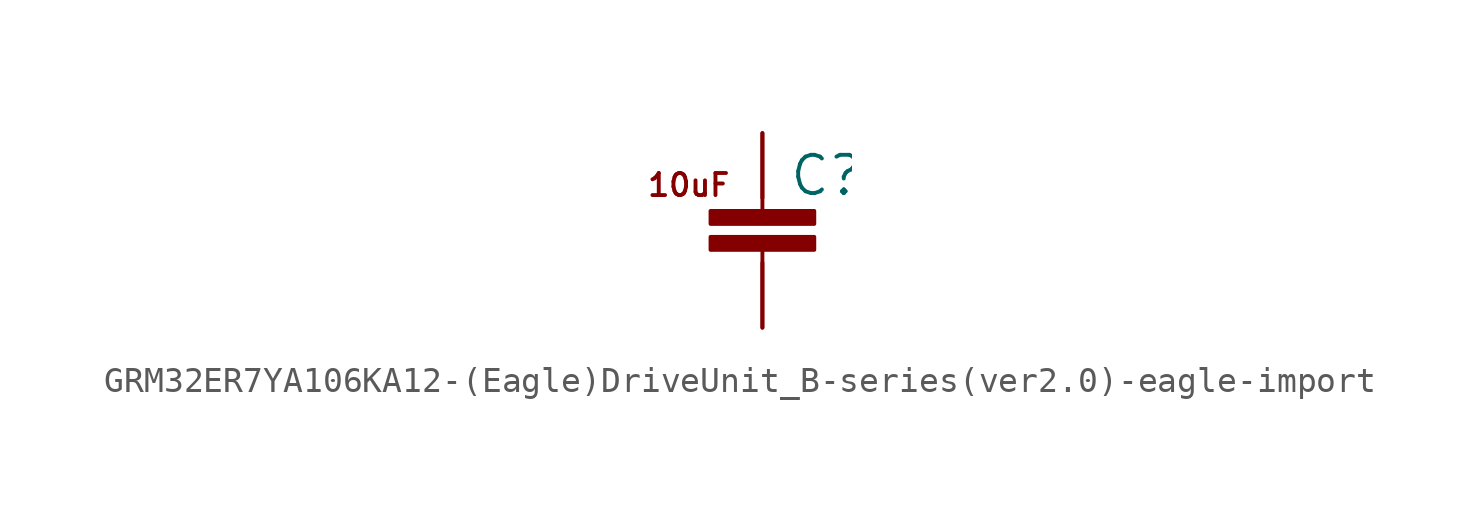
<source format=kicad_sym>
(kicad_symbol_lib
  (version 20220914)
  (generator kicad_symbol_editor)
  (symbol "GRM32ER7YA106KA12-(Eagle)DriveUnit_B-series(ver2.0)-eagle-import"
    (pin_names
      (offset 1.016))
    (property "Reference" "C"
      (at 1.016 0 0)
      (effects (font (size 1.499 1.499)) (justify left bottom)))
    (property "ki_locked" ""
      (at 0 0 0)
      (effects (font (size 1.27 1.27))))
    (symbol "GRM32ER7YA106KA12-(Eagle)DriveUnit_B-series(ver2.0)-eagle-import_1_0"
      (rectangle (start -2.032 -2.032) (end 2.032 -1.524) (stroke (width 0) (type solid)) (fill (type outline)))
      (rectangle (start -2.032 -1.016) (end 2.032 -0.508) (stroke (width 0) (type solid)) (fill (type outline)))
      (polyline (pts (xy 0 -5.08) (xy 0 -2.032)) (stroke (width 0) (type solid)) (fill (type none)))
      (polyline (pts (xy 0 -0.508) (xy 0 2.54)) (stroke (width 0) (type solid)) (fill (type none)))
      (text "10uF" (at -4.572 0 0) (effects (font (size 0.864 0.864)) (justify left bottom)))
      (pin bidirectional line (at 0 2.54 270) (length 2.54) (name "P$1" (effects (font (size 0 0)))) (number "P$1" (effects (font (size 0 0)))))
      (pin bidirectional line (at 0 -5.08 90) (length 2.54) (name "P$2" (effects (font (size 0 0)))) (number "P$2" (effects (font (size 0 0))))))))
</source>
